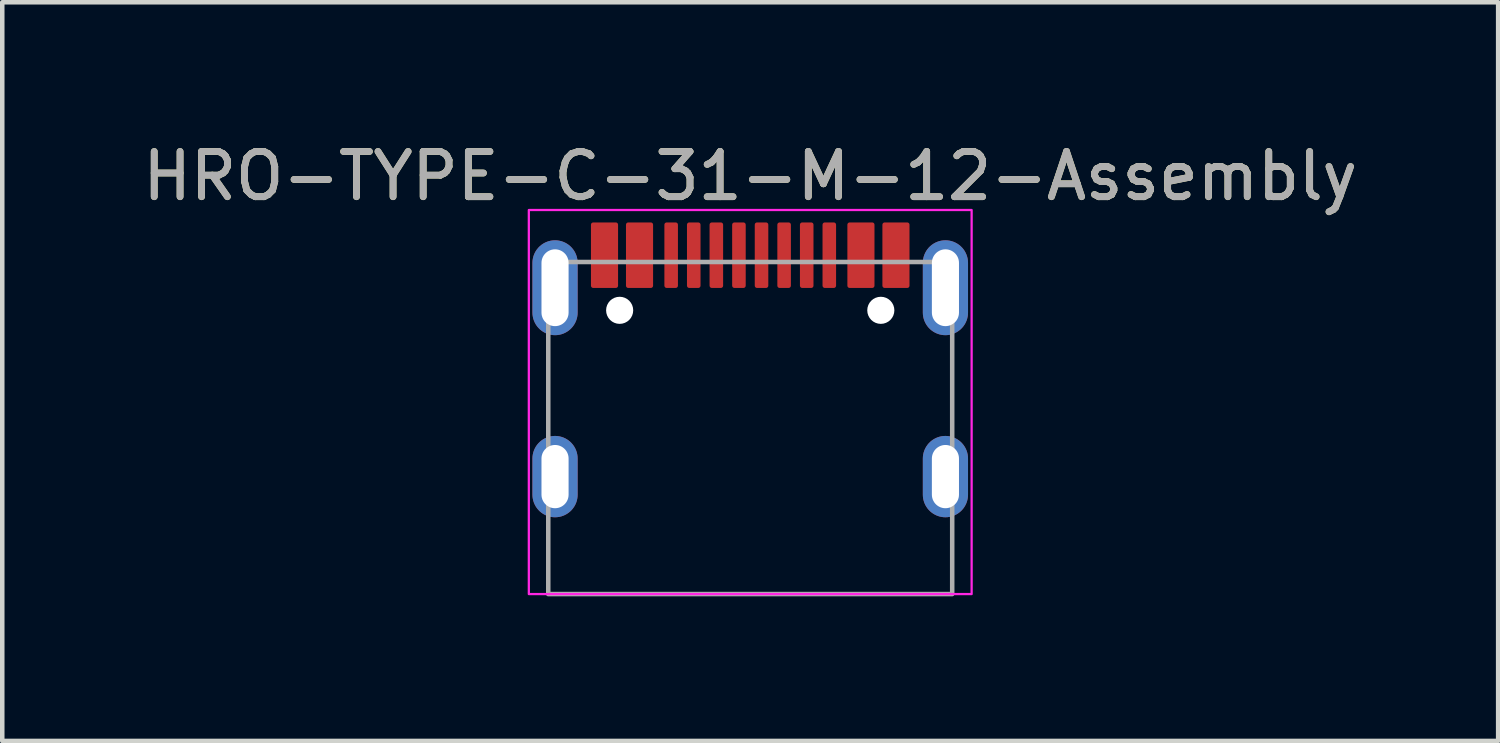
<source format=kicad_pcb>
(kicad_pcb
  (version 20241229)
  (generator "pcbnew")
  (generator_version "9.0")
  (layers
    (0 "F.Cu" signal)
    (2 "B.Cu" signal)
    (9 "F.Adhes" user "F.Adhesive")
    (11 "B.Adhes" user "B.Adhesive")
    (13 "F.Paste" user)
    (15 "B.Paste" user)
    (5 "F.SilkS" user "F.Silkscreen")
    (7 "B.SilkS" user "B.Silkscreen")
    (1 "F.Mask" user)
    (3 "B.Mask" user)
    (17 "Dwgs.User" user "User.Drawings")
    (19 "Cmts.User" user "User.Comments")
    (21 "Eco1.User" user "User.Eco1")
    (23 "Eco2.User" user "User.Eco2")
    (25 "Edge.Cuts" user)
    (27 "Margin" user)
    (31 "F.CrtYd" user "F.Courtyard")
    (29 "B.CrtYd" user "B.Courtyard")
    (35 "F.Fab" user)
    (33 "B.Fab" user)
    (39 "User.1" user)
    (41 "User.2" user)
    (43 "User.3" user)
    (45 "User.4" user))
  (footprint "HRO-TYPE-C-31-M-12-Assembly"
    (layer "F.Cu")
    (at 13.554 10.098)
    (property "Reference" "HRO-TYPE-C-31-M-12-Assembly" (at 0 -9.25 0) (layer "F.SilkS") (effects (font (size 1 1) (thickness 0.15))))
    (attr smd)
    (fp_rect (start -4.9 -8.5) (end 4.9 0) (stroke (width 0.05) (type default)) (fill no) (layer "F.CrtYd"))
    (fp_rect (start -4.47 -7.35) (end 4.47 0) (stroke (width 0.1) (type solid)) (fill no) (layer "F.Fab"))
    (fp_line (start -4.6 -6.78) (end 4.6 -6.78) (stroke (width 0.1) (type solid)) (layer "User.3"))
    (fp_text user "${REFERENCE}" (at 0 -9.25 0) (layer "F.Fab") (effects (font (size 1 1) (thickness 0.15))))
    (pad "" np_thru_hole circle (at -2.89 -6.28) (size 0.6 0.6) (drill 0.6) (layers "*.Cu" "*.Mask"))
    (pad "" np_thru_hole circle (at 2.89 -6.28) (size 0.6 0.6) (drill 0.6) (layers "*.Cu" "*.Mask"))
    (pad "A1" smd roundrect (at -3.225 -7.5) (size 0.6 1.45) (layers "F.Cu" "F.Mask" "F.Paste") (roundrect_rratio 0.083))
    (pad "A4" smd roundrect (at -2.45 -7.5) (size 0.6 1.45) (layers "F.Cu" "F.Mask" "F.Paste") (roundrect_rratio 0.083))
    (pad "A5" smd roundrect (at -1.25 -7.5) (size 0.3 1.45) (layers "F.Cu" "F.Mask" "F.Paste") (roundrect_rratio 0.167))
    (pad "A6" smd roundrect (at -0.25 -7.5) (size 0.3 1.45) (layers "F.Cu" "F.Mask" "F.Paste") (roundrect_rratio 0.167))
    (pad "A7" smd roundrect (at 0.25 -7.5) (size 0.3 1.45) (layers "F.Cu" "F.Mask" "F.Paste") (roundrect_rratio 0.167))
    (pad "A8" smd roundrect (at 1.25 -7.5) (size 0.3 1.45) (layers "F.Cu" "F.Mask" "F.Paste") (roundrect_rratio 0.167))
    (pad "A9" smd roundrect (at 2.45 -7.5) (size 0.6 1.45) (layers "F.Cu" "F.Mask" "F.Paste") (roundrect_rratio 0.083))
    (pad "A12" smd roundrect (at 3.225 -7.5) (size 0.6 1.45) (layers "F.Cu" "F.Mask" "F.Paste") (roundrect_rratio 0.083))
    (pad "B5" smd roundrect (at 1.75 -7.5) (size 0.3 1.45) (layers "F.Cu" "F.Mask" "F.Paste") (roundrect_rratio 0.167))
    (pad "B6" smd roundrect (at 0.75 -7.5) (size 0.3 1.45) (layers "F.Cu" "F.Mask" "F.Paste") (roundrect_rratio 0.167))
    (pad "B7" smd roundrect (at -0.75 -7.5) (size 0.3 1.45) (layers "F.Cu" "F.Mask" "F.Paste") (roundrect_rratio 0.167))
    (pad "B8" smd roundrect (at -1.75 -7.5) (size 0.3 1.45) (layers "F.Cu" "F.Mask" "F.Paste") (roundrect_rratio 0.167))
    (pad "S1" thru_hole oval (at -4.32 -6.78) (size 1 2.1) (drill oval 0.6 1.7) (layers "*.Cu" "*.Mask"))
    (pad "S1" thru_hole oval (at -4.32 -2.6) (size 1 1.8) (drill oval 0.6 1.4) (layers "*.Cu" "*.Mask"))
    (pad "S1" thru_hole oval (at 4.32 -6.78) (size 1 2.1) (drill oval 0.6 1.7) (layers "*.Cu" "*.Mask"))
    (pad "S1" thru_hole oval (at 4.32 -2.6) (size 1 1.8) (drill oval 0.6 1.4) (layers "*.Cu" "*.Mask")))
  (gr_rect
    (start -3 -3)
    (end 30.107 13.348)
    (stroke (width 0.1) (type default))
    (fill no)
    (layer "Edge.Cuts")))
</source>
